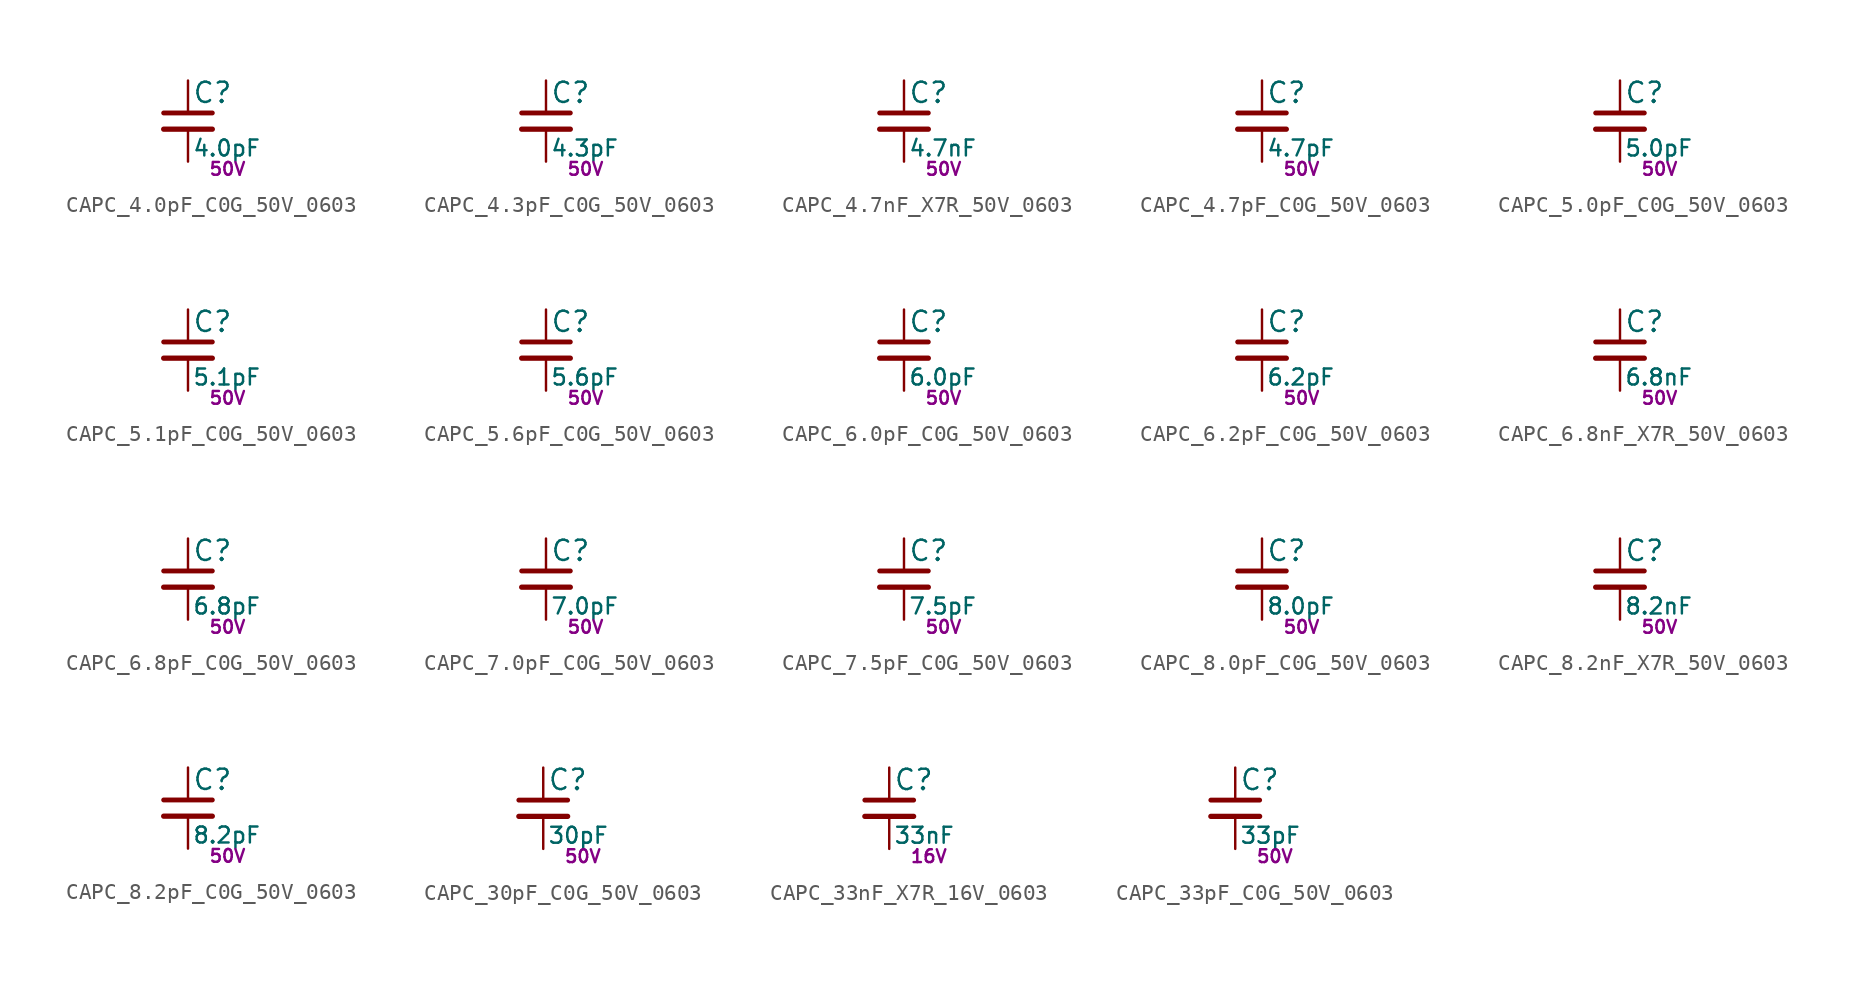
<source format=kicad_sym>
(kicad_symbol_lib
  (version 20211014)
  (generator kicad_LibGenerator)
  (symbol "CAPC_4.0pF_C0G_50V_0603"
    (pin_numbers hide)
    (pin_names
      (offset 0.254) hide)
    (property "Reference" "C"
      (at 0.254 1.778 0)
      (effects (font (size 1.27 1.27)) (justify left)))
    (property "Value" "4.0pF"
      (at 0.254 -1.7 0)
      (effects (font (size 1 1)) (justify left)))
    (property "Voltage" "50V"
      (at 1.27 -3 0)
      (effects (font (size 0.8 0.8)) (justify left)))
    (symbol "CAPC_4.0pF_C0G_50V_0603_0_1"
      (polyline (pts (xy -1.524 -0.508) (xy 1.524 -0.508)) (stroke (width 0.33) (type default) (color 0 0 0 0)) (fill (type none)))
      (polyline (pts (xy -1.524 0.508) (xy 1.524 0.508)) (stroke (width 0.305) (type default) (color 0 0 0 0)) (fill (type none))))
    (symbol "CAPC_4.0pF_C0G_50V_0603_1_1"
      (pin passive line (at 0 2.54 270) (length 2.032) (name "~" (effects (font (size 1.27 1.27)))) (number "1" (effects (font (size 1.27 1.27)))))
      (pin passive line (at 0 -2.54 90) (length 2.032) (name "~" (effects (font (size 1.27 1.27)))) (number "2" (effects (font (size 1.27 1.27)))))))
  (symbol "CAPC_4.3pF_C0G_50V_0603"
    (pin_numbers hide)
    (pin_names
      (offset 0.254) hide)
    (property "Reference" "C"
      (at 0.254 1.778 0)
      (effects (font (size 1.27 1.27)) (justify left)))
    (property "Value" "4.3pF"
      (at 0.254 -1.7 0)
      (effects (font (size 1 1)) (justify left)))
    (property "Voltage" "50V"
      (at 1.27 -3 0)
      (effects (font (size 0.8 0.8)) (justify left)))
    (symbol "CAPC_4.3pF_C0G_50V_0603_0_1"
      (polyline (pts (xy -1.524 -0.508) (xy 1.524 -0.508)) (stroke (width 0.33) (type default) (color 0 0 0 0)) (fill (type none)))
      (polyline (pts (xy -1.524 0.508) (xy 1.524 0.508)) (stroke (width 0.305) (type default) (color 0 0 0 0)) (fill (type none))))
    (symbol "CAPC_4.3pF_C0G_50V_0603_1_1"
      (pin passive line (at 0 2.54 270) (length 2.032) (name "~" (effects (font (size 1.27 1.27)))) (number "1" (effects (font (size 1.27 1.27)))))
      (pin passive line (at 0 -2.54 90) (length 2.032) (name "~" (effects (font (size 1.27 1.27)))) (number "2" (effects (font (size 1.27 1.27)))))))
  (symbol "CAPC_4.7nF_X7R_50V_0603"
    (pin_numbers hide)
    (pin_names
      (offset 0.254) hide)
    (property "Reference" "C"
      (at 0.254 1.778 0)
      (effects (font (size 1.27 1.27)) (justify left)))
    (property "Value" "4.7nF"
      (at 0.254 -1.7 0)
      (effects (font (size 1 1)) (justify left)))
    (property "Voltage" "50V"
      (at 1.27 -3 0)
      (effects (font (size 0.8 0.8)) (justify left)))
    (symbol "CAPC_4.7nF_X7R_50V_0603_0_1"
      (polyline (pts (xy -1.524 -0.508) (xy 1.524 -0.508)) (stroke (width 0.33) (type default) (color 0 0 0 0)) (fill (type none)))
      (polyline (pts (xy -1.524 0.508) (xy 1.524 0.508)) (stroke (width 0.305) (type default) (color 0 0 0 0)) (fill (type none))))
    (symbol "CAPC_4.7nF_X7R_50V_0603_1_1"
      (pin passive line (at 0 2.54 270) (length 2.032) (name "~" (effects (font (size 1.27 1.27)))) (number "1" (effects (font (size 1.27 1.27)))))
      (pin passive line (at 0 -2.54 90) (length 2.032) (name "~" (effects (font (size 1.27 1.27)))) (number "2" (effects (font (size 1.27 1.27)))))))
  (symbol "CAPC_4.7pF_C0G_50V_0603"
    (pin_numbers hide)
    (pin_names
      (offset 0.254) hide)
    (property "Reference" "C"
      (at 0.254 1.778 0)
      (effects (font (size 1.27 1.27)) (justify left)))
    (property "Value" "4.7pF"
      (at 0.254 -1.7 0)
      (effects (font (size 1 1)) (justify left)))
    (property "Voltage" "50V"
      (at 1.27 -3 0)
      (effects (font (size 0.8 0.8)) (justify left)))
    (symbol "CAPC_4.7pF_C0G_50V_0603_0_1"
      (polyline (pts (xy -1.524 -0.508) (xy 1.524 -0.508)) (stroke (width 0.33) (type default) (color 0 0 0 0)) (fill (type none)))
      (polyline (pts (xy -1.524 0.508) (xy 1.524 0.508)) (stroke (width 0.305) (type default) (color 0 0 0 0)) (fill (type none))))
    (symbol "CAPC_4.7pF_C0G_50V_0603_1_1"
      (pin passive line (at 0 2.54 270) (length 2.032) (name "~" (effects (font (size 1.27 1.27)))) (number "1" (effects (font (size 1.27 1.27)))))
      (pin passive line (at 0 -2.54 90) (length 2.032) (name "~" (effects (font (size 1.27 1.27)))) (number "2" (effects (font (size 1.27 1.27)))))))
  (symbol "CAPC_5.0pF_C0G_50V_0603"
    (pin_numbers hide)
    (pin_names
      (offset 0.254) hide)
    (property "Reference" "C"
      (at 0.254 1.778 0)
      (effects (font (size 1.27 1.27)) (justify left)))
    (property "Value" "5.0pF"
      (at 0.254 -1.7 0)
      (effects (font (size 1 1)) (justify left)))
    (property "Voltage" "50V"
      (at 1.27 -3 0)
      (effects (font (size 0.8 0.8)) (justify left)))
    (symbol "CAPC_5.0pF_C0G_50V_0603_0_1"
      (polyline (pts (xy -1.524 -0.508) (xy 1.524 -0.508)) (stroke (width 0.33) (type default) (color 0 0 0 0)) (fill (type none)))
      (polyline (pts (xy -1.524 0.508) (xy 1.524 0.508)) (stroke (width 0.305) (type default) (color 0 0 0 0)) (fill (type none))))
    (symbol "CAPC_5.0pF_C0G_50V_0603_1_1"
      (pin passive line (at 0 2.54 270) (length 2.032) (name "~" (effects (font (size 1.27 1.27)))) (number "1" (effects (font (size 1.27 1.27)))))
      (pin passive line (at 0 -2.54 90) (length 2.032) (name "~" (effects (font (size 1.27 1.27)))) (number "2" (effects (font (size 1.27 1.27)))))))
  (symbol "CAPC_5.1pF_C0G_50V_0603"
    (pin_numbers hide)
    (pin_names
      (offset 0.254) hide)
    (property "Reference" "C"
      (at 0.254 1.778 0)
      (effects (font (size 1.27 1.27)) (justify left)))
    (property "Value" "5.1pF"
      (at 0.254 -1.7 0)
      (effects (font (size 1 1)) (justify left)))
    (property "Voltage" "50V"
      (at 1.27 -3 0)
      (effects (font (size 0.8 0.8)) (justify left)))
    (symbol "CAPC_5.1pF_C0G_50V_0603_0_1"
      (polyline (pts (xy -1.524 -0.508) (xy 1.524 -0.508)) (stroke (width 0.33) (type default) (color 0 0 0 0)) (fill (type none)))
      (polyline (pts (xy -1.524 0.508) (xy 1.524 0.508)) (stroke (width 0.305) (type default) (color 0 0 0 0)) (fill (type none))))
    (symbol "CAPC_5.1pF_C0G_50V_0603_1_1"
      (pin passive line (at 0 2.54 270) (length 2.032) (name "~" (effects (font (size 1.27 1.27)))) (number "1" (effects (font (size 1.27 1.27)))))
      (pin passive line (at 0 -2.54 90) (length 2.032) (name "~" (effects (font (size 1.27 1.27)))) (number "2" (effects (font (size 1.27 1.27)))))))
  (symbol "CAPC_5.6pF_C0G_50V_0603"
    (pin_numbers hide)
    (pin_names
      (offset 0.254) hide)
    (property "Reference" "C"
      (at 0.254 1.778 0)
      (effects (font (size 1.27 1.27)) (justify left)))
    (property "Value" "5.6pF"
      (at 0.254 -1.7 0)
      (effects (font (size 1 1)) (justify left)))
    (property "Voltage" "50V"
      (at 1.27 -3 0)
      (effects (font (size 0.8 0.8)) (justify left)))
    (symbol "CAPC_5.6pF_C0G_50V_0603_0_1"
      (polyline (pts (xy -1.524 -0.508) (xy 1.524 -0.508)) (stroke (width 0.33) (type default) (color 0 0 0 0)) (fill (type none)))
      (polyline (pts (xy -1.524 0.508) (xy 1.524 0.508)) (stroke (width 0.305) (type default) (color 0 0 0 0)) (fill (type none))))
    (symbol "CAPC_5.6pF_C0G_50V_0603_1_1"
      (pin passive line (at 0 2.54 270) (length 2.032) (name "~" (effects (font (size 1.27 1.27)))) (number "1" (effects (font (size 1.27 1.27)))))
      (pin passive line (at 0 -2.54 90) (length 2.032) (name "~" (effects (font (size 1.27 1.27)))) (number "2" (effects (font (size 1.27 1.27)))))))
  (symbol "CAPC_6.0pF_C0G_50V_0603"
    (pin_numbers hide)
    (pin_names
      (offset 0.254) hide)
    (property "Reference" "C"
      (at 0.254 1.778 0)
      (effects (font (size 1.27 1.27)) (justify left)))
    (property "Value" "6.0pF"
      (at 0.254 -1.7 0)
      (effects (font (size 1 1)) (justify left)))
    (property "Voltage" "50V"
      (at 1.27 -3 0)
      (effects (font (size 0.8 0.8)) (justify left)))
    (symbol "CAPC_6.0pF_C0G_50V_0603_0_1"
      (polyline (pts (xy -1.524 -0.508) (xy 1.524 -0.508)) (stroke (width 0.33) (type default) (color 0 0 0 0)) (fill (type none)))
      (polyline (pts (xy -1.524 0.508) (xy 1.524 0.508)) (stroke (width 0.305) (type default) (color 0 0 0 0)) (fill (type none))))
    (symbol "CAPC_6.0pF_C0G_50V_0603_1_1"
      (pin passive line (at 0 2.54 270) (length 2.032) (name "~" (effects (font (size 1.27 1.27)))) (number "1" (effects (font (size 1.27 1.27)))))
      (pin passive line (at 0 -2.54 90) (length 2.032) (name "~" (effects (font (size 1.27 1.27)))) (number "2" (effects (font (size 1.27 1.27)))))))
  (symbol "CAPC_6.2pF_C0G_50V_0603"
    (pin_numbers hide)
    (pin_names
      (offset 0.254) hide)
    (property "Reference" "C"
      (at 0.254 1.778 0)
      (effects (font (size 1.27 1.27)) (justify left)))
    (property "Value" "6.2pF"
      (at 0.254 -1.7 0)
      (effects (font (size 1 1)) (justify left)))
    (property "Voltage" "50V"
      (at 1.27 -3 0)
      (effects (font (size 0.8 0.8)) (justify left)))
    (symbol "CAPC_6.2pF_C0G_50V_0603_0_1"
      (polyline (pts (xy -1.524 -0.508) (xy 1.524 -0.508)) (stroke (width 0.33) (type default) (color 0 0 0 0)) (fill (type none)))
      (polyline (pts (xy -1.524 0.508) (xy 1.524 0.508)) (stroke (width 0.305) (type default) (color 0 0 0 0)) (fill (type none))))
    (symbol "CAPC_6.2pF_C0G_50V_0603_1_1"
      (pin passive line (at 0 2.54 270) (length 2.032) (name "~" (effects (font (size 1.27 1.27)))) (number "1" (effects (font (size 1.27 1.27)))))
      (pin passive line (at 0 -2.54 90) (length 2.032) (name "~" (effects (font (size 1.27 1.27)))) (number "2" (effects (font (size 1.27 1.27)))))))
  (symbol "CAPC_6.8nF_X7R_50V_0603"
    (pin_numbers hide)
    (pin_names
      (offset 0.254) hide)
    (property "Reference" "C"
      (at 0.254 1.778 0)
      (effects (font (size 1.27 1.27)) (justify left)))
    (property "Value" "6.8nF"
      (at 0.254 -1.7 0)
      (effects (font (size 1 1)) (justify left)))
    (property "Voltage" "50V"
      (at 1.27 -3 0)
      (effects (font (size 0.8 0.8)) (justify left)))
    (symbol "CAPC_6.8nF_X7R_50V_0603_0_1"
      (polyline (pts (xy -1.524 -0.508) (xy 1.524 -0.508)) (stroke (width 0.33) (type default) (color 0 0 0 0)) (fill (type none)))
      (polyline (pts (xy -1.524 0.508) (xy 1.524 0.508)) (stroke (width 0.305) (type default) (color 0 0 0 0)) (fill (type none))))
    (symbol "CAPC_6.8nF_X7R_50V_0603_1_1"
      (pin passive line (at 0 2.54 270) (length 2.032) (name "~" (effects (font (size 1.27 1.27)))) (number "1" (effects (font (size 1.27 1.27)))))
      (pin passive line (at 0 -2.54 90) (length 2.032) (name "~" (effects (font (size 1.27 1.27)))) (number "2" (effects (font (size 1.27 1.27)))))))
  (symbol "CAPC_6.8pF_C0G_50V_0603"
    (pin_numbers hide)
    (pin_names
      (offset 0.254) hide)
    (property "Reference" "C"
      (at 0.254 1.778 0)
      (effects (font (size 1.27 1.27)) (justify left)))
    (property "Value" "6.8pF"
      (at 0.254 -1.7 0)
      (effects (font (size 1 1)) (justify left)))
    (property "Voltage" "50V"
      (at 1.27 -3 0)
      (effects (font (size 0.8 0.8)) (justify left)))
    (symbol "CAPC_6.8pF_C0G_50V_0603_0_1"
      (polyline (pts (xy -1.524 -0.508) (xy 1.524 -0.508)) (stroke (width 0.33) (type default) (color 0 0 0 0)) (fill (type none)))
      (polyline (pts (xy -1.524 0.508) (xy 1.524 0.508)) (stroke (width 0.305) (type default) (color 0 0 0 0)) (fill (type none))))
    (symbol "CAPC_6.8pF_C0G_50V_0603_1_1"
      (pin passive line (at 0 2.54 270) (length 2.032) (name "~" (effects (font (size 1.27 1.27)))) (number "1" (effects (font (size 1.27 1.27)))))
      (pin passive line (at 0 -2.54 90) (length 2.032) (name "~" (effects (font (size 1.27 1.27)))) (number "2" (effects (font (size 1.27 1.27)))))))
  (symbol "CAPC_7.0pF_C0G_50V_0603"
    (pin_numbers hide)
    (pin_names
      (offset 0.254) hide)
    (property "Reference" "C"
      (at 0.254 1.778 0)
      (effects (font (size 1.27 1.27)) (justify left)))
    (property "Value" "7.0pF"
      (at 0.254 -1.7 0)
      (effects (font (size 1 1)) (justify left)))
    (property "Voltage" "50V"
      (at 1.27 -3 0)
      (effects (font (size 0.8 0.8)) (justify left)))
    (symbol "CAPC_7.0pF_C0G_50V_0603_0_1"
      (polyline (pts (xy -1.524 -0.508) (xy 1.524 -0.508)) (stroke (width 0.33) (type default) (color 0 0 0 0)) (fill (type none)))
      (polyline (pts (xy -1.524 0.508) (xy 1.524 0.508)) (stroke (width 0.305) (type default) (color 0 0 0 0)) (fill (type none))))
    (symbol "CAPC_7.0pF_C0G_50V_0603_1_1"
      (pin passive line (at 0 2.54 270) (length 2.032) (name "~" (effects (font (size 1.27 1.27)))) (number "1" (effects (font (size 1.27 1.27)))))
      (pin passive line (at 0 -2.54 90) (length 2.032) (name "~" (effects (font (size 1.27 1.27)))) (number "2" (effects (font (size 1.27 1.27)))))))
  (symbol "CAPC_7.5pF_C0G_50V_0603"
    (pin_numbers hide)
    (pin_names
      (offset 0.254) hide)
    (property "Reference" "C"
      (at 0.254 1.778 0)
      (effects (font (size 1.27 1.27)) (justify left)))
    (property "Value" "7.5pF"
      (at 0.254 -1.7 0)
      (effects (font (size 1 1)) (justify left)))
    (property "Voltage" "50V"
      (at 1.27 -3 0)
      (effects (font (size 0.8 0.8)) (justify left)))
    (symbol "CAPC_7.5pF_C0G_50V_0603_0_1"
      (polyline (pts (xy -1.524 -0.508) (xy 1.524 -0.508)) (stroke (width 0.33) (type default) (color 0 0 0 0)) (fill (type none)))
      (polyline (pts (xy -1.524 0.508) (xy 1.524 0.508)) (stroke (width 0.305) (type default) (color 0 0 0 0)) (fill (type none))))
    (symbol "CAPC_7.5pF_C0G_50V_0603_1_1"
      (pin passive line (at 0 2.54 270) (length 2.032) (name "~" (effects (font (size 1.27 1.27)))) (number "1" (effects (font (size 1.27 1.27)))))
      (pin passive line (at 0 -2.54 90) (length 2.032) (name "~" (effects (font (size 1.27 1.27)))) (number "2" (effects (font (size 1.27 1.27)))))))
  (symbol "CAPC_8.0pF_C0G_50V_0603"
    (pin_numbers hide)
    (pin_names
      (offset 0.254) hide)
    (property "Reference" "C"
      (at 0.254 1.778 0)
      (effects (font (size 1.27 1.27)) (justify left)))
    (property "Value" "8.0pF"
      (at 0.254 -1.7 0)
      (effects (font (size 1 1)) (justify left)))
    (property "Voltage" "50V"
      (at 1.27 -3 0)
      (effects (font (size 0.8 0.8)) (justify left)))
    (symbol "CAPC_8.0pF_C0G_50V_0603_0_1"
      (polyline (pts (xy -1.524 -0.508) (xy 1.524 -0.508)) (stroke (width 0.33) (type default) (color 0 0 0 0)) (fill (type none)))
      (polyline (pts (xy -1.524 0.508) (xy 1.524 0.508)) (stroke (width 0.305) (type default) (color 0 0 0 0)) (fill (type none))))
    (symbol "CAPC_8.0pF_C0G_50V_0603_1_1"
      (pin passive line (at 0 2.54 270) (length 2.032) (name "~" (effects (font (size 1.27 1.27)))) (number "1" (effects (font (size 1.27 1.27)))))
      (pin passive line (at 0 -2.54 90) (length 2.032) (name "~" (effects (font (size 1.27 1.27)))) (number "2" (effects (font (size 1.27 1.27)))))))
  (symbol "CAPC_8.2nF_X7R_50V_0603"
    (pin_numbers hide)
    (pin_names
      (offset 0.254) hide)
    (property "Reference" "C"
      (at 0.254 1.778 0)
      (effects (font (size 1.27 1.27)) (justify left)))
    (property "Value" "8.2nF"
      (at 0.254 -1.7 0)
      (effects (font (size 1 1)) (justify left)))
    (property "Voltage" "50V"
      (at 1.27 -3 0)
      (effects (font (size 0.8 0.8)) (justify left)))
    (symbol "CAPC_8.2nF_X7R_50V_0603_0_1"
      (polyline (pts (xy -1.524 -0.508) (xy 1.524 -0.508)) (stroke (width 0.33) (type default) (color 0 0 0 0)) (fill (type none)))
      (polyline (pts (xy -1.524 0.508) (xy 1.524 0.508)) (stroke (width 0.305) (type default) (color 0 0 0 0)) (fill (type none))))
    (symbol "CAPC_8.2nF_X7R_50V_0603_1_1"
      (pin passive line (at 0 2.54 270) (length 2.032) (name "~" (effects (font (size 1.27 1.27)))) (number "1" (effects (font (size 1.27 1.27)))))
      (pin passive line (at 0 -2.54 90) (length 2.032) (name "~" (effects (font (size 1.27 1.27)))) (number "2" (effects (font (size 1.27 1.27)))))))
  (symbol "CAPC_8.2pF_C0G_50V_0603"
    (pin_numbers hide)
    (pin_names
      (offset 0.254) hide)
    (property "Reference" "C"
      (at 0.254 1.778 0)
      (effects (font (size 1.27 1.27)) (justify left)))
    (property "Value" "8.2pF"
      (at 0.254 -1.7 0)
      (effects (font (size 1 1)) (justify left)))
    (property "Voltage" "50V"
      (at 1.27 -3 0)
      (effects (font (size 0.8 0.8)) (justify left)))
    (symbol "CAPC_8.2pF_C0G_50V_0603_0_1"
      (polyline (pts (xy -1.524 -0.508) (xy 1.524 -0.508)) (stroke (width 0.33) (type default) (color 0 0 0 0)) (fill (type none)))
      (polyline (pts (xy -1.524 0.508) (xy 1.524 0.508)) (stroke (width 0.305) (type default) (color 0 0 0 0)) (fill (type none))))
    (symbol "CAPC_8.2pF_C0G_50V_0603_1_1"
      (pin passive line (at 0 2.54 270) (length 2.032) (name "~" (effects (font (size 1.27 1.27)))) (number "1" (effects (font (size 1.27 1.27)))))
      (pin passive line (at 0 -2.54 90) (length 2.032) (name "~" (effects (font (size 1.27 1.27)))) (number "2" (effects (font (size 1.27 1.27)))))))
  (symbol "CAPC_30pF_C0G_50V_0603"
    (pin_numbers hide)
    (pin_names
      (offset 0.254) hide)
    (property "Reference" "C"
      (at 0.254 1.778 0)
      (effects (font (size 1.27 1.27)) (justify left)))
    (property "Value" "30pF"
      (at 0.254 -1.7 0)
      (effects (font (size 1 1)) (justify left)))
    (property "Voltage" "50V"
      (at 1.27 -3 0)
      (effects (font (size 0.8 0.8)) (justify left)))
    (symbol "CAPC_30pF_C0G_50V_0603_0_1"
      (polyline (pts (xy -1.524 -0.508) (xy 1.524 -0.508)) (stroke (width 0.33) (type default) (color 0 0 0 0)) (fill (type none)))
      (polyline (pts (xy -1.524 0.508) (xy 1.524 0.508)) (stroke (width 0.305) (type default) (color 0 0 0 0)) (fill (type none))))
    (symbol "CAPC_30pF_C0G_50V_0603_1_1"
      (pin passive line (at 0 2.54 270) (length 2.032) (name "~" (effects (font (size 1.27 1.27)))) (number "1" (effects (font (size 1.27 1.27)))))
      (pin passive line (at 0 -2.54 90) (length 2.032) (name "~" (effects (font (size 1.27 1.27)))) (number "2" (effects (font (size 1.27 1.27)))))))
  (symbol "CAPC_33nF_X7R_16V_0603"
    (pin_numbers hide)
    (pin_names
      (offset 0.254) hide)
    (property "Reference" "C"
      (at 0.254 1.778 0)
      (effects (font (size 1.27 1.27)) (justify left)))
    (property "Value" "33nF"
      (at 0.254 -1.7 0)
      (effects (font (size 1 1)) (justify left)))
    (property "Voltage" "16V"
      (at 1.27 -3 0)
      (effects (font (size 0.8 0.8)) (justify left)))
    (symbol "CAPC_33nF_X7R_16V_0603_0_1"
      (polyline (pts (xy -1.524 -0.508) (xy 1.524 -0.508)) (stroke (width 0.33) (type default) (color 0 0 0 0)) (fill (type none)))
      (polyline (pts (xy -1.524 0.508) (xy 1.524 0.508)) (stroke (width 0.305) (type default) (color 0 0 0 0)) (fill (type none))))
    (symbol "CAPC_33nF_X7R_16V_0603_1_1"
      (pin passive line (at 0 2.54 270) (length 2.032) (name "~" (effects (font (size 1.27 1.27)))) (number "1" (effects (font (size 1.27 1.27)))))
      (pin passive line (at 0 -2.54 90) (length 2.032) (name "~" (effects (font (size 1.27 1.27)))) (number "2" (effects (font (size 1.27 1.27)))))))
  (symbol "CAPC_33pF_C0G_50V_0603"
    (pin_numbers hide)
    (pin_names
      (offset 0.254) hide)
    (property "Reference" "C"
      (at 0.254 1.778 0)
      (effects (font (size 1.27 1.27)) (justify left)))
    (property "Value" "33pF"
      (at 0.254 -1.7 0)
      (effects (font (size 1 1)) (justify left)))
    (property "Voltage" "50V"
      (at 1.27 -3 0)
      (effects (font (size 0.8 0.8)) (justify left)))
    (symbol "CAPC_33pF_C0G_50V_0603_0_1"
      (polyline (pts (xy -1.524 -0.508) (xy 1.524 -0.508)) (stroke (width 0.33) (type default) (color 0 0 0 0)) (fill (type none)))
      (polyline (pts (xy -1.524 0.508) (xy 1.524 0.508)) (stroke (width 0.305) (type default) (color 0 0 0 0)) (fill (type none))))
    (symbol "CAPC_33pF_C0G_50V_0603_1_1"
      (pin passive line (at 0 2.54 270) (length 2.032) (name "~" (effects (font (size 1.27 1.27)))) (number "1" (effects (font (size 1.27 1.27)))))
      (pin passive line (at 0 -2.54 90) (length 2.032) (name "~" (effects (font (size 1.27 1.27)))) (number "2" (effects (font (size 1.27 1.27))))))))
</source>
